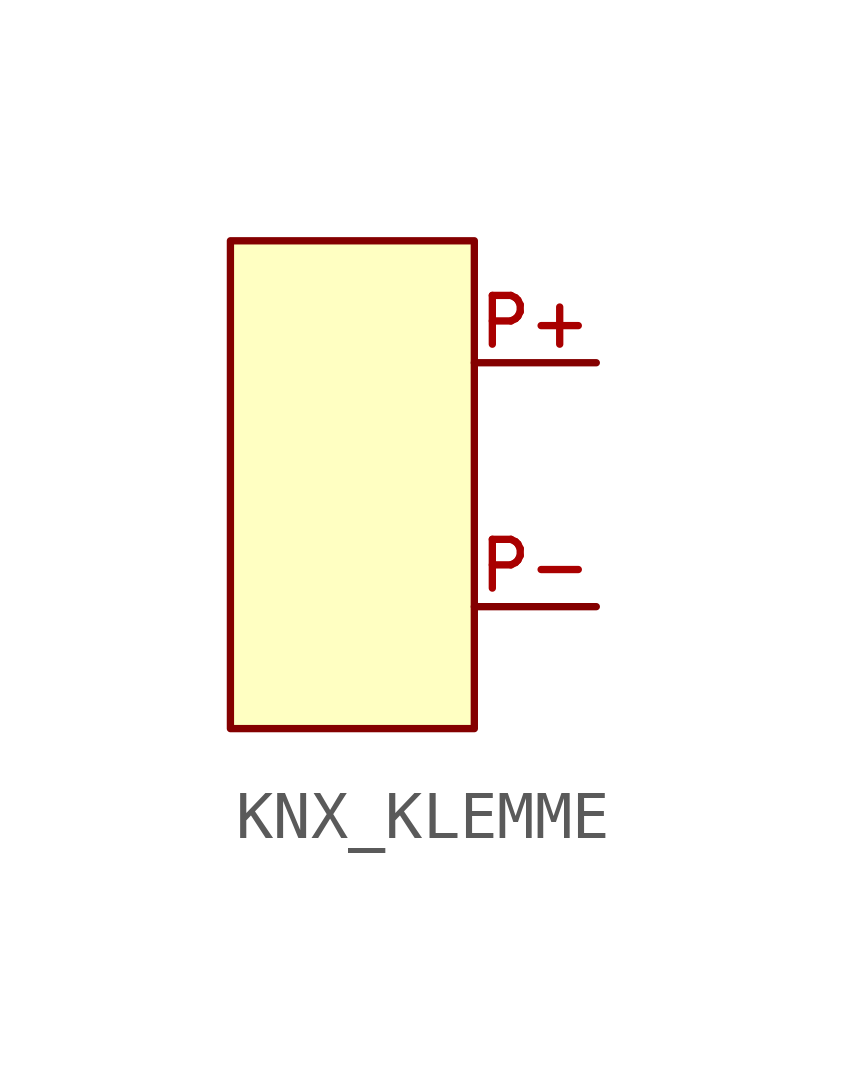
<source format=kicad_sym>
(kicad_symbol_lib
  (version 20211014)
  (generator kicad_symbol_editor)
  (symbol "KNX_KLEMME"
    (pin_names
      (offset 1.016) hide)
    (property "Reference" "J"
      (at -2.54 6.35 0)
      (effects (font (size 1.143 1.143)) hide))
    (symbol "KNX_KLEMME_1_0"
      (rectangle (start -5.08 5.08) (end 0 -5.08) (stroke (width 0) (type default) (color 0 0 0 0)) (fill (type background))))
    (symbol "KNX_KLEMME_1_1"
      (pin passive line (at 2.54 2.54 180) (length 2.54) (name "+" (effects (font (size 1.016 1.016)))) (number "P+" (effects (font (size 1.016 1.016)))))
      (pin passive line (at 2.54 -2.54 180) (length 2.54) (name "-" (effects (font (size 1.016 1.016)))) (number "P-" (effects (font (size 1.016 1.016))))))))
</source>
